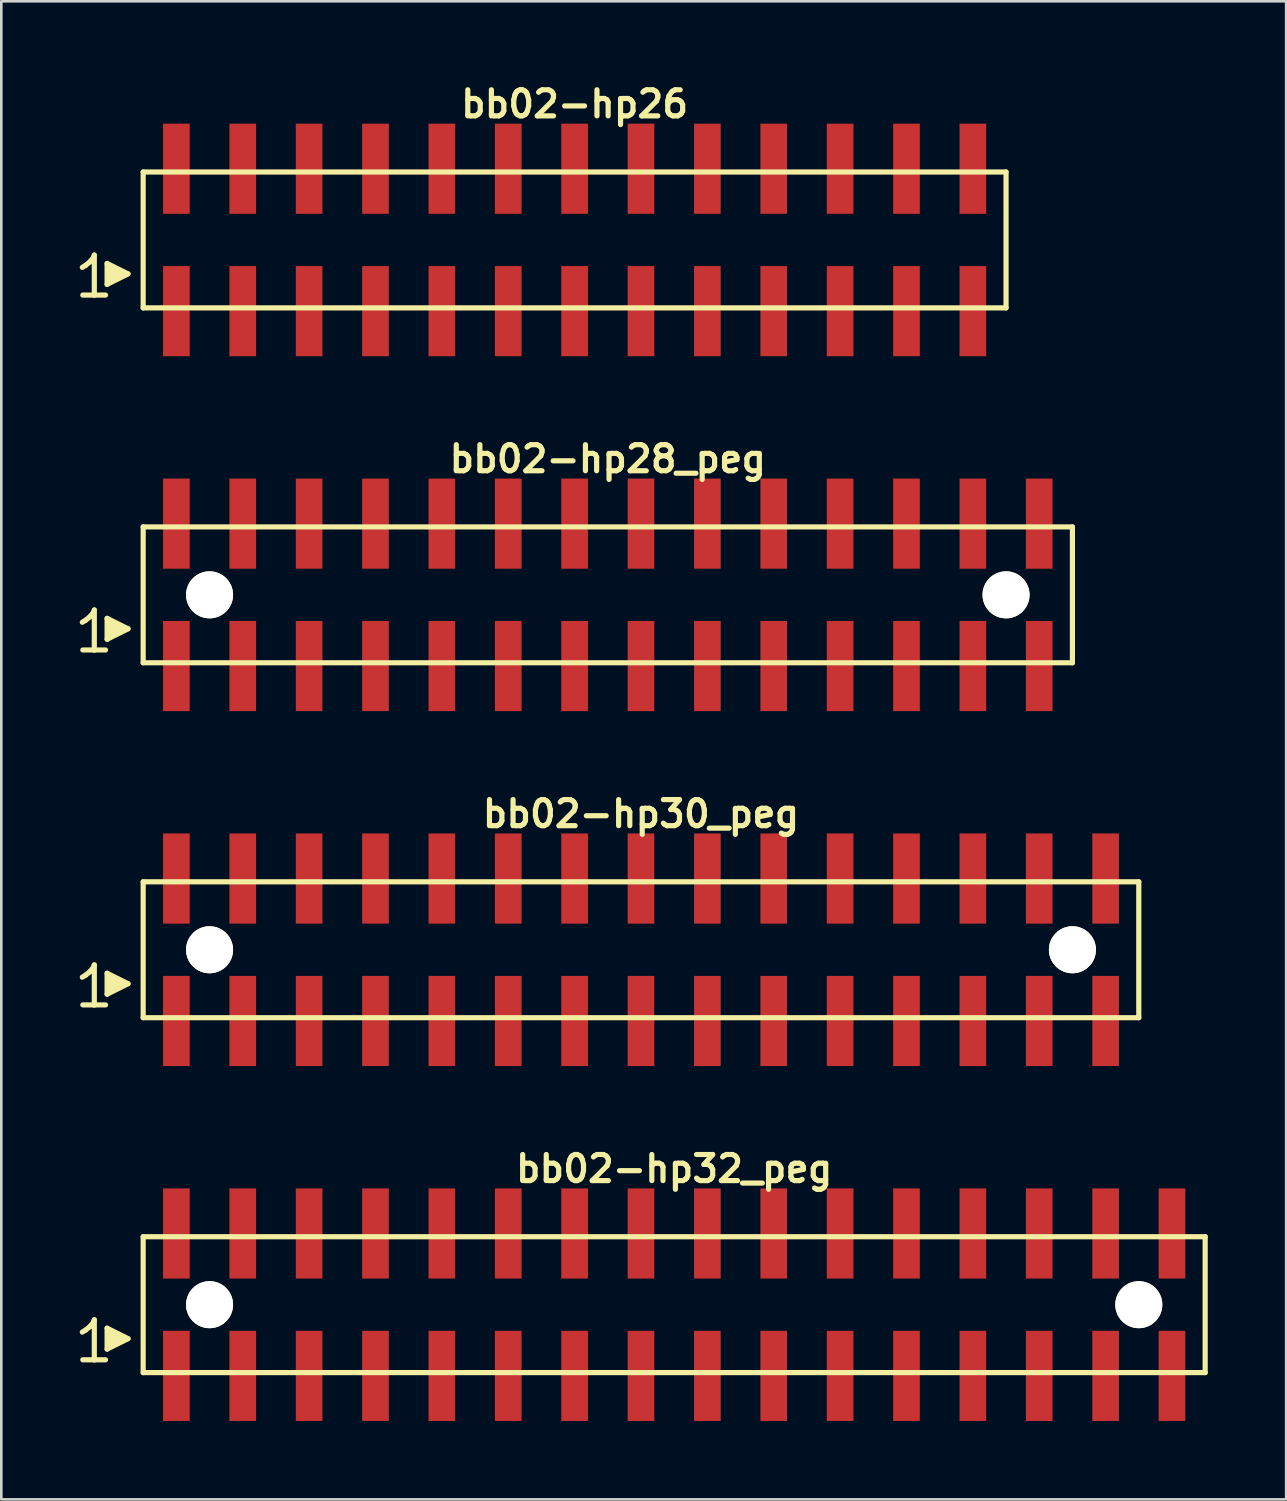
<source format=kicad_pcb>
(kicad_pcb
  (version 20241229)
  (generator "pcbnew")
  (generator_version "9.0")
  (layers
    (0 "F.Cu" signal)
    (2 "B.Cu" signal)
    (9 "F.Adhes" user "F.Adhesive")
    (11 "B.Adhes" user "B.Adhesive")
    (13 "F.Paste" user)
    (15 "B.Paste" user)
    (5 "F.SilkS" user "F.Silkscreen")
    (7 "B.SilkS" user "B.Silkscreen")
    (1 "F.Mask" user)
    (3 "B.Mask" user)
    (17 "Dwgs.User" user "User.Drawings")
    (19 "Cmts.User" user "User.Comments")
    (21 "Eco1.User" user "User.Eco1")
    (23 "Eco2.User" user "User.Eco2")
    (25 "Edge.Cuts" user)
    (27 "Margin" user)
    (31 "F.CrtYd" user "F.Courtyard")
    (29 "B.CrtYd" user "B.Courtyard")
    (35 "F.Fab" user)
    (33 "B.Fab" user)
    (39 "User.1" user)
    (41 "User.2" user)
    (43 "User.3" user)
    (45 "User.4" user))
  (footprint "bb02-hp28_peg"
    (layer "F.Cu")
    (at 20.209 19.713)
    (property "Reference" "bb02-hp28_peg" (at 0 -5.2 0) (layer "F.SilkS") (effects (font (size 0.998 0.998) (thickness 0.198))))
    (attr smd)
    (fp_line (start -20.11 1.05) (end -19.98 0.97) (stroke (width 0.198) (type solid)) (layer "F.SilkS"))
    (fp_line (start -19.98 0.97) (end -19.82 0.84) (stroke (width 0.198) (type solid)) (layer "F.SilkS"))
    (fp_line (start -19.82 0.84) (end -19.68 0.67) (stroke (width 0.198) (type solid)) (layer "F.SilkS"))
    (fp_line (start -19.68 0.67) (end -19.65 0.58) (stroke (width 0.198) (type solid)) (layer "F.SilkS"))
    (fp_line (start -19.65 0.58) (end -19.65 2.11) (stroke (width 0.198) (type solid)) (layer "F.SilkS"))
    (fp_line (start -19.65 2.11) (end -20.09 2.11) (stroke (width 0.198) (type solid)) (layer "F.SilkS"))
    (fp_line (start -19.22 2.11) (end -19.66 2.11) (stroke (width 0.198) (type solid)) (layer "F.SilkS"))
    (fp_line (start -19.16 0.9) (end -18.36 1.3) (stroke (width 0.198) (type solid)) (layer "F.SilkS"))
    (fp_line (start -19.16 1.7) (end -19.16 0.9) (stroke (width 0.198) (type solid)) (layer "F.SilkS"))
    (fp_line (start -19.06 1.6) (end -19.06 1) (stroke (width 0.198) (type solid)) (layer "F.SilkS"))
    (fp_line (start -18.96 1.1) (end -18.96 1.5) (stroke (width 0.198) (type solid)) (layer "F.SilkS"))
    (fp_line (start -18.86 1.5) (end -18.86 1.1) (stroke (width 0.198) (type solid)) (layer "F.SilkS"))
    (fp_line (start -18.76 1.2) (end -18.76 1.4) (stroke (width 0.198) (type solid)) (layer "F.SilkS"))
    (fp_line (start -18.66 1.4) (end -18.66 1.2) (stroke (width 0.198) (type solid)) (layer "F.SilkS"))
    (fp_line (start -18.36 1.3) (end -19.16 1.7) (stroke (width 0.198) (type solid)) (layer "F.SilkS"))
    (fp_line (start -17.78 -2.6) (end -17.78 2.6) (stroke (width 0.198) (type solid)) (layer "F.SilkS"))
    (fp_line (start -17.78 -2.6) (end 17.78 -2.6) (stroke (width 0.198) (type solid)) (layer "F.SilkS"))
    (fp_line (start 17.78 2.6) (end -17.78 2.6) (stroke (width 0.198) (type solid)) (layer "F.SilkS"))
    (fp_line (start 17.78 2.6) (end 17.78 -2.6) (stroke (width 0.198) (type solid)) (layer "F.SilkS"))
    (pad "" np_thru_hole circle (at -15.24 0) (size 1.8 1.8) (drill 1.8) (layers "*.Cu" "*.Mask" "F.SilkS"))
    (pad "" np_thru_hole circle (at 15.24 0) (size 1.8 1.8) (drill 1.8) (layers "*.Cu" "*.Mask" "F.SilkS"))
    (pad "1" smd rect (at -16.51 2.725) (size 1.02 3.45) (layers "F.Cu" "F.Mask" "F.Paste"))
    (pad "2" smd rect (at -16.51 -2.725) (size 1.02 3.45) (layers "F.Cu" "F.Mask" "F.Paste"))
    (pad "3" smd rect (at -13.97 2.725) (size 1.02 3.45) (layers "F.Cu" "F.Mask" "F.Paste"))
    (pad "4" smd rect (at -13.97 -2.725) (size 1.02 3.45) (layers "F.Cu" "F.Mask" "F.Paste"))
    (pad "5" smd rect (at -11.43 2.725) (size 1.02 3.45) (layers "F.Cu" "F.Mask" "F.Paste"))
    (pad "6" smd rect (at -11.43 -2.725) (size 1.02 3.45) (layers "F.Cu" "F.Mask" "F.Paste"))
    (pad "7" smd rect (at -8.89 2.725) (size 1.02 3.45) (layers "F.Cu" "F.Mask" "F.Paste"))
    (pad "8" smd rect (at -8.89 -2.725) (size 1.02 3.45) (layers "F.Cu" "F.Mask" "F.Paste"))
    (pad "9" smd rect (at -6.35 2.725) (size 1.02 3.45) (layers "F.Cu" "F.Mask" "F.Paste"))
    (pad "10" smd rect (at -6.35 -2.725) (size 1.02 3.45) (layers "F.Cu" "F.Mask" "F.Paste"))
    (pad "11" smd rect (at -3.81 2.725) (size 1.02 3.45) (layers "F.Cu" "F.Mask" "F.Paste"))
    (pad "12" smd rect (at -3.81 -2.725) (size 1.02 3.45) (layers "F.Cu" "F.Mask" "F.Paste"))
    (pad "13" smd rect (at -1.27 2.725) (size 1.02 3.45) (layers "F.Cu" "F.Mask" "F.Paste"))
    (pad "14" smd rect (at -1.27 -2.725) (size 1.02 3.45) (layers "F.Cu" "F.Mask" "F.Paste"))
    (pad "15" smd rect (at 1.27 2.725) (size 1.02 3.45) (layers "F.Cu" "F.Mask" "F.Paste"))
    (pad "16" smd rect (at 1.27 -2.725) (size 1.02 3.45) (layers "F.Cu" "F.Mask" "F.Paste"))
    (pad "17" smd rect (at 3.81 2.725) (size 1.02 3.45) (layers "F.Cu" "F.Mask" "F.Paste"))
    (pad "18" smd rect (at 3.81 -2.725) (size 1.02 3.45) (layers "F.Cu" "F.Mask" "F.Paste"))
    (pad "19" smd rect (at 6.35 2.725) (size 1.02 3.45) (layers "F.Cu" "F.Mask" "F.Paste"))
    (pad "20" smd rect (at 6.35 -2.725) (size 1.02 3.45) (layers "F.Cu" "F.Mask" "F.Paste"))
    (pad "21" smd rect (at 8.89 2.725) (size 1.02 3.45) (layers "F.Cu" "F.Mask" "F.Paste"))
    (pad "22" smd rect (at 8.89 -2.725) (size 1.02 3.45) (layers "F.Cu" "F.Mask" "F.Paste"))
    (pad "23" smd rect (at 11.43 2.725) (size 1.02 3.45) (layers "F.Cu" "F.Mask" "F.Paste"))
    (pad "24" smd rect (at 11.43 -2.725) (size 1.02 3.45) (layers "F.Cu" "F.Mask" "F.Paste"))
    (pad "25" smd rect (at 13.97 2.725) (size 1.02 3.45) (layers "F.Cu" "F.Mask" "F.Paste"))
    (pad "26" smd rect (at 13.97 -2.725) (size 1.02 3.45) (layers "F.Cu" "F.Mask" "F.Paste"))
    (pad "27" smd rect (at 16.51 2.725) (size 1.02 3.45) (layers "F.Cu" "F.Mask" "F.Paste"))
    (pad "28" smd rect (at 16.51 -2.725) (size 1.02 3.45) (layers "F.Cu" "F.Mask" "F.Paste")))
  (footprint "bb02-hp32_peg"
    (layer "F.Cu")
    (at 22.749 46.877)
    (property "Reference" "bb02-hp32_peg" (at 0 -5.2 0) (layer "F.SilkS") (effects (font (size 0.998 0.998) (thickness 0.198))))
    (attr smd)
    (fp_line (start -22.65 1.05) (end -22.52 0.97) (stroke (width 0.198) (type solid)) (layer "F.SilkS"))
    (fp_line (start -22.52 0.97) (end -22.36 0.84) (stroke (width 0.198) (type solid)) (layer "F.SilkS"))
    (fp_line (start -22.36 0.84) (end -22.22 0.67) (stroke (width 0.198) (type solid)) (layer "F.SilkS"))
    (fp_line (start -22.22 0.67) (end -22.19 0.58) (stroke (width 0.198) (type solid)) (layer "F.SilkS"))
    (fp_line (start -22.19 0.58) (end -22.19 2.11) (stroke (width 0.198) (type solid)) (layer "F.SilkS"))
    (fp_line (start -22.19 2.11) (end -22.63 2.11) (stroke (width 0.198) (type solid)) (layer "F.SilkS"))
    (fp_line (start -21.76 2.11) (end -22.2 2.11) (stroke (width 0.198) (type solid)) (layer "F.SilkS"))
    (fp_line (start -21.7 0.9) (end -20.9 1.3) (stroke (width 0.198) (type solid)) (layer "F.SilkS"))
    (fp_line (start -21.7 1.7) (end -21.7 0.9) (stroke (width 0.198) (type solid)) (layer "F.SilkS"))
    (fp_line (start -21.6 1.6) (end -21.6 1) (stroke (width 0.198) (type solid)) (layer "F.SilkS"))
    (fp_line (start -21.5 1.1) (end -21.5 1.5) (stroke (width 0.198) (type solid)) (layer "F.SilkS"))
    (fp_line (start -21.4 1.5) (end -21.4 1.1) (stroke (width 0.198) (type solid)) (layer "F.SilkS"))
    (fp_line (start -21.3 1.2) (end -21.3 1.4) (stroke (width 0.198) (type solid)) (layer "F.SilkS"))
    (fp_line (start -21.2 1.4) (end -21.2 1.2) (stroke (width 0.198) (type solid)) (layer "F.SilkS"))
    (fp_line (start -20.9 1.3) (end -21.7 1.7) (stroke (width 0.198) (type solid)) (layer "F.SilkS"))
    (fp_line (start -20.32 -2.6) (end -20.32 2.6) (stroke (width 0.198) (type solid)) (layer "F.SilkS"))
    (fp_line (start -20.32 -2.6) (end 20.32 -2.6) (stroke (width 0.198) (type solid)) (layer "F.SilkS"))
    (fp_line (start 20.32 2.6) (end -20.32 2.6) (stroke (width 0.198) (type solid)) (layer "F.SilkS"))
    (fp_line (start 20.32 2.6) (end 20.32 -2.6) (stroke (width 0.198) (type solid)) (layer "F.SilkS"))
    (pad "" np_thru_hole circle (at -17.78 0) (size 1.8 1.8) (drill 1.8) (layers "*.Cu" "*.Mask" "F.SilkS"))
    (pad "" np_thru_hole circle (at 17.78 0) (size 1.8 1.8) (drill 1.8) (layers "*.Cu" "*.Mask" "F.SilkS"))
    (pad "1" smd rect (at -19.05 2.725) (size 1.02 3.45) (layers "F.Cu" "F.Mask" "F.Paste"))
    (pad "2" smd rect (at -19.05 -2.725) (size 1.02 3.45) (layers "F.Cu" "F.Mask" "F.Paste"))
    (pad "3" smd rect (at -16.51 2.725) (size 1.02 3.45) (layers "F.Cu" "F.Mask" "F.Paste"))
    (pad "4" smd rect (at -16.51 -2.725) (size 1.02 3.45) (layers "F.Cu" "F.Mask" "F.Paste"))
    (pad "5" smd rect (at -13.97 2.725) (size 1.02 3.45) (layers "F.Cu" "F.Mask" "F.Paste"))
    (pad "6" smd rect (at -13.97 -2.725) (size 1.02 3.45) (layers "F.Cu" "F.Mask" "F.Paste"))
    (pad "7" smd rect (at -11.43 2.725) (size 1.02 3.45) (layers "F.Cu" "F.Mask" "F.Paste"))
    (pad "8" smd rect (at -11.43 -2.725) (size 1.02 3.45) (layers "F.Cu" "F.Mask" "F.Paste"))
    (pad "9" smd rect (at -8.89 2.725) (size 1.02 3.45) (layers "F.Cu" "F.Mask" "F.Paste"))
    (pad "10" smd rect (at -8.89 -2.725) (size 1.02 3.45) (layers "F.Cu" "F.Mask" "F.Paste"))
    (pad "11" smd rect (at -6.35 2.725) (size 1.02 3.45) (layers "F.Cu" "F.Mask" "F.Paste"))
    (pad "12" smd rect (at -6.35 -2.725) (size 1.02 3.45) (layers "F.Cu" "F.Mask" "F.Paste"))
    (pad "13" smd rect (at -3.81 2.725) (size 1.02 3.45) (layers "F.Cu" "F.Mask" "F.Paste"))
    (pad "14" smd rect (at -3.81 -2.725) (size 1.02 3.45) (layers "F.Cu" "F.Mask" "F.Paste"))
    (pad "15" smd rect (at -1.27 2.725) (size 1.02 3.45) (layers "F.Cu" "F.Mask" "F.Paste"))
    (pad "16" smd rect (at -1.27 -2.725) (size 1.02 3.45) (layers "F.Cu" "F.Mask" "F.Paste"))
    (pad "17" smd rect (at 1.27 2.725) (size 1.02 3.45) (layers "F.Cu" "F.Mask" "F.Paste"))
    (pad "18" smd rect (at 1.27 -2.725) (size 1.02 3.45) (layers "F.Cu" "F.Mask" "F.Paste"))
    (pad "19" smd rect (at 3.81 2.725) (size 1.02 3.45) (layers "F.Cu" "F.Mask" "F.Paste"))
    (pad "20" smd rect (at 3.81 -2.725) (size 1.02 3.45) (layers "F.Cu" "F.Mask" "F.Paste"))
    (pad "21" smd rect (at 6.35 2.725) (size 1.02 3.45) (layers "F.Cu" "F.Mask" "F.Paste"))
    (pad "22" smd rect (at 6.35 -2.725) (size 1.02 3.45) (layers "F.Cu" "F.Mask" "F.Paste"))
    (pad "23" smd rect (at 8.89 2.725) (size 1.02 3.45) (layers "F.Cu" "F.Mask" "F.Paste"))
    (pad "24" smd rect (at 8.89 -2.725) (size 1.02 3.45) (layers "F.Cu" "F.Mask" "F.Paste"))
    (pad "25" smd rect (at 11.43 2.725) (size 1.02 3.45) (layers "F.Cu" "F.Mask" "F.Paste"))
    (pad "26" smd rect (at 11.43 -2.725) (size 1.02 3.45) (layers "F.Cu" "F.Mask" "F.Paste"))
    (pad "27" smd rect (at 13.97 2.725) (size 1.02 3.45) (layers "F.Cu" "F.Mask" "F.Paste"))
    (pad "28" smd rect (at 13.97 -2.725) (size 1.02 3.45) (layers "F.Cu" "F.Mask" "F.Paste"))
    (pad "29" smd rect (at 16.51 2.725) (size 1.02 3.45) (layers "F.Cu" "F.Mask" "F.Paste"))
    (pad "30" smd rect (at 16.51 -2.725) (size 1.02 3.45) (layers "F.Cu" "F.Mask" "F.Paste"))
    (pad "31" smd rect (at 19.05 2.725) (size 1.02 3.45) (layers "F.Cu" "F.Mask" "F.Paste"))
    (pad "32" smd rect (at 19.05 -2.725) (size 1.02 3.45) (layers "F.Cu" "F.Mask" "F.Paste")))
  (footprint "bb02-hp30_peg"
    (layer "F.Cu")
    (at 21.479 33.295)
    (property "Reference" "bb02-hp30_peg" (at 0 -5.2 0) (layer "F.SilkS") (effects (font (size 0.998 0.998) (thickness 0.198))))
    (attr smd)
    (fp_line (start -21.38 1.05) (end -21.25 0.97) (stroke (width 0.198) (type solid)) (layer "F.SilkS"))
    (fp_line (start -21.25 0.97) (end -21.09 0.84) (stroke (width 0.198) (type solid)) (layer "F.SilkS"))
    (fp_line (start -21.09 0.84) (end -20.95 0.67) (stroke (width 0.198) (type solid)) (layer "F.SilkS"))
    (fp_line (start -20.95 0.67) (end -20.92 0.58) (stroke (width 0.198) (type solid)) (layer "F.SilkS"))
    (fp_line (start -20.92 0.58) (end -20.92 2.11) (stroke (width 0.198) (type solid)) (layer "F.SilkS"))
    (fp_line (start -20.92 2.11) (end -21.36 2.11) (stroke (width 0.198) (type solid)) (layer "F.SilkS"))
    (fp_line (start -20.49 2.11) (end -20.93 2.11) (stroke (width 0.198) (type solid)) (layer "F.SilkS"))
    (fp_line (start -20.43 0.9) (end -19.63 1.3) (stroke (width 0.198) (type solid)) (layer "F.SilkS"))
    (fp_line (start -20.43 1.7) (end -20.43 0.9) (stroke (width 0.198) (type solid)) (layer "F.SilkS"))
    (fp_line (start -20.33 1.6) (end -20.33 1) (stroke (width 0.198) (type solid)) (layer "F.SilkS"))
    (fp_line (start -20.23 1.1) (end -20.23 1.5) (stroke (width 0.198) (type solid)) (layer "F.SilkS"))
    (fp_line (start -20.13 1.5) (end -20.13 1.1) (stroke (width 0.198) (type solid)) (layer "F.SilkS"))
    (fp_line (start -20.03 1.2) (end -20.03 1.4) (stroke (width 0.198) (type solid)) (layer "F.SilkS"))
    (fp_line (start -19.93 1.4) (end -19.93 1.2) (stroke (width 0.198) (type solid)) (layer "F.SilkS"))
    (fp_line (start -19.63 1.3) (end -20.43 1.7) (stroke (width 0.198) (type solid)) (layer "F.SilkS"))
    (fp_line (start -19.05 -2.6) (end -19.05 2.6) (stroke (width 0.198) (type solid)) (layer "F.SilkS"))
    (fp_line (start -19.05 -2.6) (end 19.05 -2.6) (stroke (width 0.198) (type solid)) (layer "F.SilkS"))
    (fp_line (start 19.05 2.6) (end -19.05 2.6) (stroke (width 0.198) (type solid)) (layer "F.SilkS"))
    (fp_line (start 19.05 2.6) (end 19.05 -2.6) (stroke (width 0.198) (type solid)) (layer "F.SilkS"))
    (pad "" np_thru_hole circle (at -16.51 0) (size 1.8 1.8) (drill 1.8) (layers "*.Cu" "*.Mask" "F.SilkS"))
    (pad "" np_thru_hole circle (at 16.51 0) (size 1.8 1.8) (drill 1.8) (layers "*.Cu" "*.Mask" "F.SilkS"))
    (pad "1" smd rect (at -17.78 2.725) (size 1.02 3.45) (layers "F.Cu" "F.Mask" "F.Paste"))
    (pad "2" smd rect (at -17.78 -2.725) (size 1.02 3.45) (layers "F.Cu" "F.Mask" "F.Paste"))
    (pad "3" smd rect (at -15.24 2.725) (size 1.02 3.45) (layers "F.Cu" "F.Mask" "F.Paste"))
    (pad "4" smd rect (at -15.24 -2.725) (size 1.02 3.45) (layers "F.Cu" "F.Mask" "F.Paste"))
    (pad "5" smd rect (at -12.7 2.725) (size 1.02 3.45) (layers "F.Cu" "F.Mask" "F.Paste"))
    (pad "6" smd rect (at -12.7 -2.725) (size 1.02 3.45) (layers "F.Cu" "F.Mask" "F.Paste"))
    (pad "7" smd rect (at -10.16 2.725) (size 1.02 3.45) (layers "F.Cu" "F.Mask" "F.Paste"))
    (pad "8" smd rect (at -10.16 -2.725) (size 1.02 3.45) (layers "F.Cu" "F.Mask" "F.Paste"))
    (pad "9" smd rect (at -7.62 2.725) (size 1.02 3.45) (layers "F.Cu" "F.Mask" "F.Paste"))
    (pad "10" smd rect (at -7.62 -2.725) (size 1.02 3.45) (layers "F.Cu" "F.Mask" "F.Paste"))
    (pad "11" smd rect (at -5.08 2.725) (size 1.02 3.45) (layers "F.Cu" "F.Mask" "F.Paste"))
    (pad "12" smd rect (at -5.08 -2.725) (size 1.02 3.45) (layers "F.Cu" "F.Mask" "F.Paste"))
    (pad "13" smd rect (at -2.54 2.725) (size 1.02 3.45) (layers "F.Cu" "F.Mask" "F.Paste"))
    (pad "14" smd rect (at -2.54 -2.725) (size 1.02 3.45) (layers "F.Cu" "F.Mask" "F.Paste"))
    (pad "15" smd rect (at 0 2.725) (size 1.02 3.45) (layers "F.Cu" "F.Mask" "F.Paste"))
    (pad "16" smd rect (at 0 -2.725) (size 1.02 3.45) (layers "F.Cu" "F.Mask" "F.Paste"))
    (pad "17" smd rect (at 2.54 2.725) (size 1.02 3.45) (layers "F.Cu" "F.Mask" "F.Paste"))
    (pad "18" smd rect (at 2.54 -2.725) (size 1.02 3.45) (layers "F.Cu" "F.Mask" "F.Paste"))
    (pad "19" smd rect (at 5.08 2.725) (size 1.02 3.45) (layers "F.Cu" "F.Mask" "F.Paste"))
    (pad "20" smd rect (at 5.08 -2.725) (size 1.02 3.45) (layers "F.Cu" "F.Mask" "F.Paste"))
    (pad "21" smd rect (at 7.62 2.725) (size 1.02 3.45) (layers "F.Cu" "F.Mask" "F.Paste"))
    (pad "22" smd rect (at 7.62 -2.725) (size 1.02 3.45) (layers "F.Cu" "F.Mask" "F.Paste"))
    (pad "23" smd rect (at 10.16 2.725) (size 1.02 3.45) (layers "F.Cu" "F.Mask" "F.Paste"))
    (pad "24" smd rect (at 10.16 -2.725) (size 1.02 3.45) (layers "F.Cu" "F.Mask" "F.Paste"))
    (pad "25" smd rect (at 12.7 2.725) (size 1.02 3.45) (layers "F.Cu" "F.Mask" "F.Paste"))
    (pad "26" smd rect (at 12.7 -2.725) (size 1.02 3.45) (layers "F.Cu" "F.Mask" "F.Paste"))
    (pad "27" smd rect (at 15.24 2.725) (size 1.02 3.45) (layers "F.Cu" "F.Mask" "F.Paste"))
    (pad "28" smd rect (at 15.24 -2.725) (size 1.02 3.45) (layers "F.Cu" "F.Mask" "F.Paste"))
    (pad "29" smd rect (at 17.78 2.725) (size 1.02 3.45) (layers "F.Cu" "F.Mask" "F.Paste"))
    (pad "30" smd rect (at 17.78 -2.725) (size 1.02 3.45) (layers "F.Cu" "F.Mask" "F.Paste")))
  (footprint "bb02-hp26"
    (layer "F.Cu")
    (at 18.939 6.132)
    (property "Reference" "bb02-hp26" (at 0 -5.2 0) (layer "F.SilkS") (effects (font (size 0.998 0.998) (thickness 0.198))))
    (attr smd)
    (fp_line (start -18.84 1.05) (end -18.71 0.97) (stroke (width 0.198) (type solid)) (layer "F.SilkS"))
    (fp_line (start -18.71 0.97) (end -18.55 0.84) (stroke (width 0.198) (type solid)) (layer "F.SilkS"))
    (fp_line (start -18.55 0.84) (end -18.41 0.67) (stroke (width 0.198) (type solid)) (layer "F.SilkS"))
    (fp_line (start -18.41 0.67) (end -18.38 0.58) (stroke (width 0.198) (type solid)) (layer "F.SilkS"))
    (fp_line (start -18.38 0.58) (end -18.38 2.11) (stroke (width 0.198) (type solid)) (layer "F.SilkS"))
    (fp_line (start -18.38 2.11) (end -18.82 2.11) (stroke (width 0.198) (type solid)) (layer "F.SilkS"))
    (fp_line (start -17.95 2.11) (end -18.39 2.11) (stroke (width 0.198) (type solid)) (layer "F.SilkS"))
    (fp_line (start -17.89 0.9) (end -17.09 1.3) (stroke (width 0.198) (type solid)) (layer "F.SilkS"))
    (fp_line (start -17.89 1.7) (end -17.89 0.9) (stroke (width 0.198) (type solid)) (layer "F.SilkS"))
    (fp_line (start -17.79 1.6) (end -17.79 1) (stroke (width 0.198) (type solid)) (layer "F.SilkS"))
    (fp_line (start -17.69 1.1) (end -17.69 1.5) (stroke (width 0.198) (type solid)) (layer "F.SilkS"))
    (fp_line (start -17.59 1.5) (end -17.59 1.1) (stroke (width 0.198) (type solid)) (layer "F.SilkS"))
    (fp_line (start -17.49 1.2) (end -17.49 1.4) (stroke (width 0.198) (type solid)) (layer "F.SilkS"))
    (fp_line (start -17.39 1.4) (end -17.39 1.2) (stroke (width 0.198) (type solid)) (layer "F.SilkS"))
    (fp_line (start -17.09 1.3) (end -17.89 1.7) (stroke (width 0.198) (type solid)) (layer "F.SilkS"))
    (fp_line (start -16.51 -2.6) (end -16.51 2.6) (stroke (width 0.198) (type solid)) (layer "F.SilkS"))
    (fp_line (start -16.51 -2.6) (end 16.51 -2.6) (stroke (width 0.198) (type solid)) (layer "F.SilkS"))
    (fp_line (start 16.51 2.6) (end -16.51 2.6) (stroke (width 0.198) (type solid)) (layer "F.SilkS"))
    (fp_line (start 16.51 2.6) (end 16.51 -2.6) (stroke (width 0.198) (type solid)) (layer "F.SilkS"))
    (pad "1" smd rect (at -15.24 2.725) (size 1.02 3.45) (layers "F.Cu" "F.Mask" "F.Paste"))
    (pad "2" smd rect (at -15.24 -2.725) (size 1.02 3.45) (layers "F.Cu" "F.Mask" "F.Paste"))
    (pad "3" smd rect (at -12.7 2.725) (size 1.02 3.45) (layers "F.Cu" "F.Mask" "F.Paste"))
    (pad "4" smd rect (at -12.7 -2.725) (size 1.02 3.45) (layers "F.Cu" "F.Mask" "F.Paste"))
    (pad "5" smd rect (at -10.16 2.725) (size 1.02 3.45) (layers "F.Cu" "F.Mask" "F.Paste"))
    (pad "6" smd rect (at -10.16 -2.725) (size 1.02 3.45) (layers "F.Cu" "F.Mask" "F.Paste"))
    (pad "7" smd rect (at -7.62 2.725) (size 1.02 3.45) (layers "F.Cu" "F.Mask" "F.Paste"))
    (pad "8" smd rect (at -7.62 -2.725) (size 1.02 3.45) (layers "F.Cu" "F.Mask" "F.Paste"))
    (pad "9" smd rect (at -5.08 2.725) (size 1.02 3.45) (layers "F.Cu" "F.Mask" "F.Paste"))
    (pad "10" smd rect (at -5.08 -2.725) (size 1.02 3.45) (layers "F.Cu" "F.Mask" "F.Paste"))
    (pad "11" smd rect (at -2.54 2.725) (size 1.02 3.45) (layers "F.Cu" "F.Mask" "F.Paste"))
    (pad "12" smd rect (at -2.54 -2.725) (size 1.02 3.45) (layers "F.Cu" "F.Mask" "F.Paste"))
    (pad "13" smd rect (at 0 2.725) (size 1.02 3.45) (layers "F.Cu" "F.Mask" "F.Paste"))
    (pad "14" smd rect (at 0 -2.725) (size 1.02 3.45) (layers "F.Cu" "F.Mask" "F.Paste"))
    (pad "15" smd rect (at 2.54 2.725) (size 1.02 3.45) (layers "F.Cu" "F.Mask" "F.Paste"))
    (pad "16" smd rect (at 2.54 -2.725) (size 1.02 3.45) (layers "F.Cu" "F.Mask" "F.Paste"))
    (pad "17" smd rect (at 5.08 2.725) (size 1.02 3.45) (layers "F.Cu" "F.Mask" "F.Paste"))
    (pad "18" smd rect (at 5.08 -2.725) (size 1.02 3.45) (layers "F.Cu" "F.Mask" "F.Paste"))
    (pad "19" smd rect (at 7.62 2.725) (size 1.02 3.45) (layers "F.Cu" "F.Mask" "F.Paste"))
    (pad "20" smd rect (at 7.62 -2.725) (size 1.02 3.45) (layers "F.Cu" "F.Mask" "F.Paste"))
    (pad "21" smd rect (at 10.16 2.725) (size 1.02 3.45) (layers "F.Cu" "F.Mask" "F.Paste"))
    (pad "22" smd rect (at 10.16 -2.725) (size 1.02 3.45) (layers "F.Cu" "F.Mask" "F.Paste"))
    (pad "23" smd rect (at 12.7 2.725) (size 1.02 3.45) (layers "F.Cu" "F.Mask" "F.Paste"))
    (pad "24" smd rect (at 12.7 -2.725) (size 1.02 3.45) (layers "F.Cu" "F.Mask" "F.Paste"))
    (pad "25" smd rect (at 15.24 2.725) (size 1.02 3.45) (layers "F.Cu" "F.Mask" "F.Paste"))
    (pad "26" smd rect (at 15.24 -2.725) (size 1.02 3.45) (layers "F.Cu" "F.Mask" "F.Paste")))
  (gr_rect
    (start -3 -3)
    (end 46.168 54.327)
    (stroke (width 0.1) (type default))
    (fill no)
    (layer "Edge.Cuts")))
</source>
